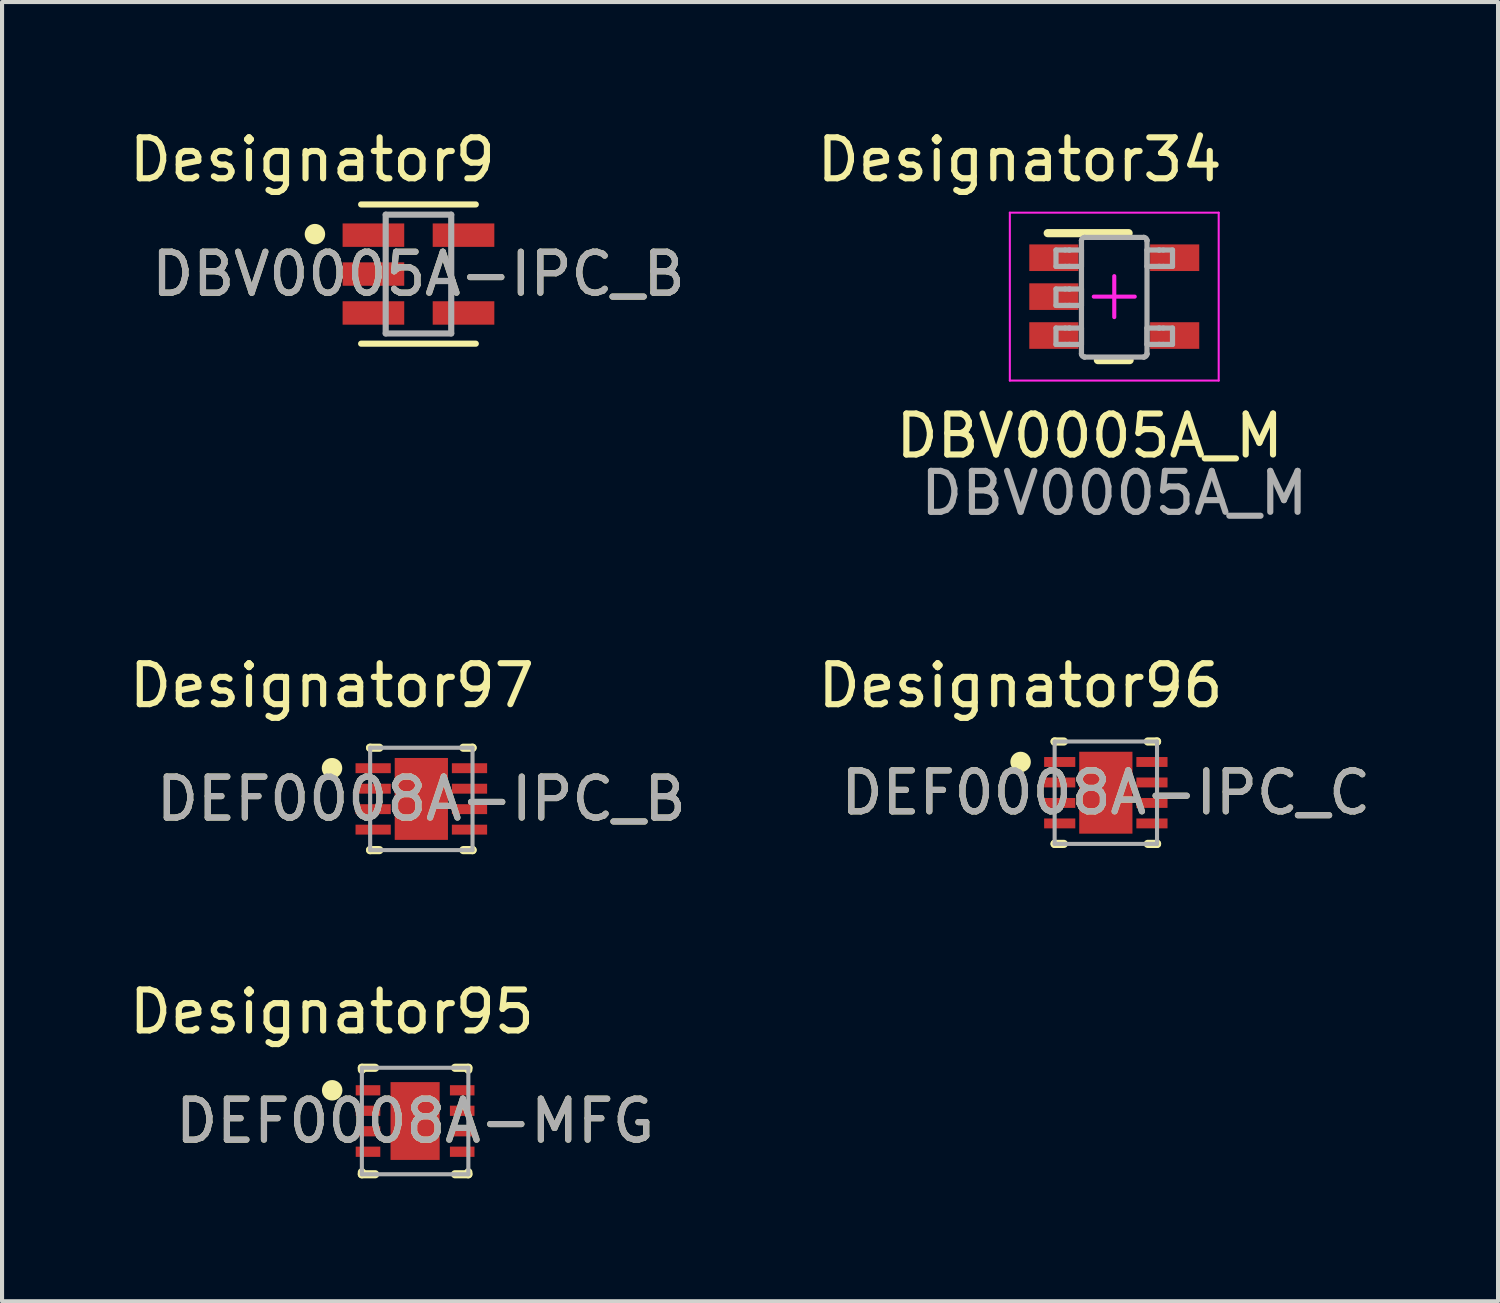
<source format=kicad_pcb>
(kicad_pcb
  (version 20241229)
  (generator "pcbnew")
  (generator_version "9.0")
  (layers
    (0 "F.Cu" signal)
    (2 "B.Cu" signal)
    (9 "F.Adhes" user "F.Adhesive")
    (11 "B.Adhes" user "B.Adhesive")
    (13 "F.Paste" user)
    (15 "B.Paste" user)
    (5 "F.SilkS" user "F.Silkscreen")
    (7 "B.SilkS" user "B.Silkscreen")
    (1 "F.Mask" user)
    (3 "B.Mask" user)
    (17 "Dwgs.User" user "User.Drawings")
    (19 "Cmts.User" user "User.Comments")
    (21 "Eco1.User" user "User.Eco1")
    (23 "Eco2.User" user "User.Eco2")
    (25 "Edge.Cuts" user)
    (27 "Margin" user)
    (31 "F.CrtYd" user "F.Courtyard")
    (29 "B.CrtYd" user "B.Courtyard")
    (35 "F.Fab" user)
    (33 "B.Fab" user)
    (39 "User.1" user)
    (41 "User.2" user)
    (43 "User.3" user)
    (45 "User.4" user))
  (footprint "DEF0008A-MFG"
    (layer "F.Cu")
    (at 7.086 24.323)
    (property "Reference" "DEF0008A-MFG" (at 0 0 0) (unlocked yes) (layer "F.SilkS") (effects (font (size 1 1) (thickness 0.15))))
    (attr smd)
    (fp_line (start -1.3 -1.3) (end -0.975 -1.3) (stroke (width 0.2) (type solid)) (layer "F.SilkS"))
    (fp_line (start -1.3 -1.25) (end -1.3 -1.3) (stroke (width 0.2) (type solid)) (layer "F.SilkS"))
    (fp_line (start -1.3 1.3) (end -1.3 1.25) (stroke (width 0.2) (type solid)) (layer "F.SilkS"))
    (fp_line (start -1.3 1.3) (end -0.975 1.3) (stroke (width 0.2) (type solid)) (layer "F.SilkS"))
    (fp_line (start 0.975 -1.3) (end 1.3 -1.3) (stroke (width 0.2) (type solid)) (layer "F.SilkS"))
    (fp_line (start 0.975 1.3) (end 1.3 1.3) (stroke (width 0.2) (type solid)) (layer "F.SilkS"))
    (fp_line (start 1.3 -1.25) (end 1.3 -1.3) (stroke (width 0.2) (type solid)) (layer "F.SilkS"))
    (fp_line (start 1.3 1.3) (end 1.3 1.25) (stroke (width 0.2) (type solid)) (layer "F.SilkS"))
    (fp_circle (center -2.025 -0.75) (end -1.9 -0.75) (stroke (width 0.25) (type solid)) (fill no) (layer "F.SilkS"))
    (fp_poly (pts (xy -0.515 0.855) (xy -0.565 0.805) (xy -0.565 -0.805) (xy -0.515 -0.855) (xy 0.515 -0.855) (xy 0.565 -0.805) (xy 0.565 0.805) (xy 0.515 0.855)) (stroke (width 0) (type solid)) (fill yes) (layer "F.Paste"))
    (fp_line (start -1.3 -1.3) (end 1.3 -1.3) (stroke (width 0.1) (type solid)) (layer "F.Fab"))
    (fp_line (start -1.3 1.3) (end -1.3 -1.3) (stroke (width 0.1) (type solid)) (layer "F.Fab"))
    (fp_line (start -1.3 1.3) (end 1.3 1.3) (stroke (width 0.1) (type solid)) (layer "F.Fab"))
    (fp_line (start 1.3 1.3) (end 1.3 -1.3) (stroke (width 0.1) (type solid)) (layer "F.Fab"))
    (fp_text user "Designator95" (at -2.032 -2.667 0) (unlocked yes) (layer "F.SilkS") (effects (font (size 1 1) (thickness 0.15))))
    (fp_text user "${REFERENCE}" (at 0 0 0) (unlocked yes) (layer "F.Fab") (effects (font (size 1 1) (thickness 0.15))))
    (pad "1" smd rect (at -1.15 -0.75) (size 0.6 0.25) (layers "F.Cu" "F.Mask" "F.Paste"))
    (pad "2" smd rect (at -1.15 -0.25) (size 0.6 0.25) (layers "F.Cu" "F.Mask" "F.Paste"))
    (pad "3" smd rect (at -1.15 0.25) (size 0.6 0.25) (layers "F.Cu" "F.Mask" "F.Paste"))
    (pad "4" smd rect (at -1.15 0.75) (size 0.6 0.25) (layers "F.Cu" "F.Mask" "F.Paste"))
    (pad "5" smd rect (at 1.15 0.75) (size 0.6 0.25) (layers "F.Cu" "F.Mask" "F.Paste"))
    (pad "6" smd rect (at 1.15 0.25) (size 0.6 0.25) (layers "F.Cu" "F.Mask" "F.Paste"))
    (pad "7" smd rect (at 1.15 -0.25) (size 0.6 0.25) (layers "F.Cu" "F.Mask" "F.Paste"))
    (pad "8" smd rect (at 1.15 -0.75) (size 0.6 0.25) (layers "F.Cu" "F.Mask" "F.Paste"))
    (pad "9" smd rect (at 0 0) (size 1.2 1.9) (layers "F.Cu" "F.Mask")))
  (footprint "DBV0005A-IPC_B"
    (layer "F.Cu")
    (at 7.168 3.642)
    (property "Reference" "DBV0005A-IPC_B" (at 0 0 0) (unlocked yes) (layer "F.SilkS") (effects (font (size 1 1) (thickness 0.15))))
    (attr smd)
    (fp_line (start -1.4 -1.7) (end 1.4 -1.7) (stroke (width 0.15) (type solid)) (layer "F.SilkS"))
    (fp_line (start -1.4 1.7) (end 1.4 1.7) (stroke (width 0.15) (type solid)) (layer "F.SilkS"))
    (fp_circle (center -2.528 -0.975) (end -2.403 -0.975) (stroke (width 0.25) (type solid)) (fill no) (layer "F.SilkS"))
    (fp_line (start -0.8 -1.45) (end 0.8 -1.45) (stroke (width 0.15) (type solid)) (layer "F.Fab"))
    (fp_line (start -0.8 1.45) (end -0.8 -1.45) (stroke (width 0.15) (type solid)) (layer "F.Fab"))
    (fp_line (start -0.8 1.45) (end 0.8 1.45) (stroke (width 0.15) (type solid)) (layer "F.Fab"))
    (fp_line (start 0.8 1.45) (end 0.8 -1.45) (stroke (width 0.15) (type solid)) (layer "F.Fab"))
    (fp_text user "Designator9" (at -2.591 -2.794 0) (unlocked yes) (layer "F.SilkS") (effects (font (size 1 1) (thickness 0.15))))
    (fp_text user "${REFERENCE}" (at 0 0 0) (unlocked yes) (layer "F.Fab") (effects (font (size 1 1) (thickness 0.15))))
    (pad "1" smd rect (at -1.1 -0.95) (size 1.505 0.572) (layers "F.Cu" "F.Mask" "F.Paste"))
    (pad "2" smd rect (at -1.1 0) (size 1.505 0.572) (layers "F.Cu" "F.Mask" "F.Paste"))
    (pad "3" smd rect (at -1.1 0.95) (size 1.505 0.572) (layers "F.Cu" "F.Mask" "F.Paste"))
    (pad "4" smd rect (at 1.1 0.95) (size 1.505 0.572) (layers "F.Cu" "F.Mask" "F.Paste"))
    (pad "5" smd rect (at 1.1 -0.95) (size 1.505 0.572) (layers "F.Cu" "F.Mask" "F.Paste")))
  (footprint "DBV0005A_M"
    (layer "F.Cu")
    (at 24.158 4.193)
    (property "Reference" "DBV0005A_M" (at -0.6 3.4 0) (unlocked yes) (layer "F.SilkS") (effects (font (size 1 1) (thickness 0.15))))
    (attr smd)
    (fp_line (start -1.625 -1.55) (end 0.35 -1.55) (stroke (width 0.2) (type solid)) (layer "F.SilkS"))
    (fp_line (start -0.4 1.55) (end 0.375 1.55) (stroke (width 0.2) (type solid)) (layer "F.SilkS"))
    (fp_line (start -2.55 -2.05) (end 2.55 -2.05) (stroke (width 0.05) (type solid)) (layer "F.CrtYd"))
    (fp_line (start -2.55 2.05) (end -2.55 -2.05) (stroke (width 0.05) (type solid)) (layer "F.CrtYd"))
    (fp_line (start -2.55 2.05) (end 2.55 2.05) (stroke (width 0.05) (type solid)) (layer "F.CrtYd"))
    (fp_line (start -0.5 0) (end 0.5 0) (stroke (width 0.1) (type solid)) (layer "F.CrtYd"))
    (fp_line (start 0 0.5) (end 0 -0.5) (stroke (width 0.1) (type solid)) (layer "F.CrtYd"))
    (fp_line (start 2.55 2.05) (end 2.55 -2.05) (stroke (width 0.05) (type solid)) (layer "F.CrtYd"))
    (fp_line (start -1.423 -1.138) (end -1.199 -1.138) (stroke (width 0.127) (type solid)) (layer "F.Fab"))
    (fp_line (start -1.423 -0.738) (end -1.423 -1.138) (stroke (width 0.127) (type solid)) (layer "F.Fab"))
    (fp_line (start -1.423 -0.738) (end -1.199 -0.738) (stroke (width 0.127) (type solid)) (layer "F.Fab"))
    (fp_line (start -1.423 -0.186) (end -1.199 -0.186) (stroke (width 0.127) (type solid)) (layer "F.Fab"))
    (fp_line (start -1.423 0.215) (end -1.423 -0.186) (stroke (width 0.127) (type solid)) (layer "F.Fab"))
    (fp_line (start -1.423 0.215) (end -1.199 0.215) (stroke (width 0.127) (type solid)) (layer "F.Fab"))
    (fp_line (start -1.423 0.767) (end -1.199 0.767) (stroke (width 0.127) (type solid)) (layer "F.Fab"))
    (fp_line (start -1.423 1.167) (end -1.423 0.767) (stroke (width 0.127) (type solid)) (layer "F.Fab"))
    (fp_line (start -1.423 1.167) (end -1.199 1.167) (stroke (width 0.127) (type solid)) (layer "F.Fab"))
    (fp_line (start -1.199 -1.138) (end -1.105 -1.138) (stroke (width 0.127) (type solid)) (layer "F.Fab"))
    (fp_line (start -1.199 -0.738) (end -1.105 -0.738) (stroke (width 0.127) (type solid)) (layer "F.Fab"))
    (fp_line (start -1.199 -0.186) (end -1.105 -0.186) (stroke (width 0.127) (type solid)) (layer "F.Fab"))
    (fp_line (start -1.199 0.215) (end -1.105 0.215) (stroke (width 0.127) (type solid)) (layer "F.Fab"))
    (fp_line (start -1.199 0.767) (end -1.105 0.767) (stroke (width 0.127) (type solid)) (layer "F.Fab"))
    (fp_line (start -1.199 1.167) (end -1.105 1.167) (stroke (width 0.127) (type solid)) (layer "F.Fab"))
    (fp_line (start -1.105 -1.138) (end -1.088 -1.138) (stroke (width 0.127) (type solid)) (layer "F.Fab"))
    (fp_line (start -1.105 -0.738) (end -1.088 -0.738) (stroke (width 0.127) (type solid)) (layer "F.Fab"))
    (fp_line (start -1.105 -0.186) (end -1.088 -0.186) (stroke (width 0.127) (type solid)) (layer "F.Fab"))
    (fp_line (start -1.105 0.215) (end -1.088 0.215) (stroke (width 0.127) (type solid)) (layer "F.Fab"))
    (fp_line (start -1.105 0.767) (end -1.088 0.767) (stroke (width 0.127) (type solid)) (layer "F.Fab"))
    (fp_line (start -1.105 1.167) (end -1.088 1.167) (stroke (width 0.127) (type solid)) (layer "F.Fab"))
    (fp_line (start -1.088 -1.138) (end -0.835 -1.138) (stroke (width 0.127) (type solid)) (layer "F.Fab"))
    (fp_line (start -1.088 -0.738) (end -0.835 -0.738) (stroke (width 0.127) (type solid)) (layer "F.Fab"))
    (fp_line (start -1.088 -0.186) (end -0.835 -0.186) (stroke (width 0.127) (type solid)) (layer "F.Fab"))
    (fp_line (start -1.088 0.215) (end -0.835 0.215) (stroke (width 0.127) (type solid)) (layer "F.Fab"))
    (fp_line (start -1.088 0.767) (end -0.835 0.767) (stroke (width 0.127) (type solid)) (layer "F.Fab"))
    (fp_line (start -1.088 1.167) (end -0.835 1.167) (stroke (width 0.127) (type solid)) (layer "F.Fab"))
    (fp_line (start -0.835 -1.138) (end -0.801 -1.138) (stroke (width 0.127) (type solid)) (layer "F.Fab"))
    (fp_line (start -0.835 -0.738) (end -0.801 -0.738) (stroke (width 0.127) (type solid)) (layer "F.Fab"))
    (fp_line (start -0.835 -0.186) (end -0.801 -0.186) (stroke (width 0.127) (type solid)) (layer "F.Fab"))
    (fp_line (start -0.835 0.215) (end -0.801 0.215) (stroke (width 0.127) (type solid)) (layer "F.Fab"))
    (fp_line (start -0.835 0.767) (end -0.801 0.767) (stroke (width 0.127) (type solid)) (layer "F.Fab"))
    (fp_line (start -0.835 1.167) (end -0.801 1.167) (stroke (width 0.127) (type solid)) (layer "F.Fab"))
    (fp_line (start -0.801 -1.37) (end -0.801 -1.371) (stroke (width 0.127) (type solid)) (layer "F.Fab"))
    (fp_line (start -0.801 -0.738) (end -0.801 -1.138) (stroke (width 0.127) (type solid)) (layer "F.Fab"))
    (fp_line (start -0.801 0.215) (end -0.801 -0.186) (stroke (width 0.127) (type solid)) (layer "F.Fab"))
    (fp_line (start -0.801 1.167) (end -0.801 0.767) (stroke (width 0.127) (type solid)) (layer "F.Fab"))
    (fp_line (start -0.801 1.399) (end -0.801 -1.37) (stroke (width 0.127) (type solid)) (layer "F.Fab"))
    (fp_line (start -0.801 1.4) (end -0.801 1.399) (stroke (width 0.127) (type solid)) (layer "F.Fab"))
    (fp_line (start -0.725 -1.446) (end -0.725 -1.446) (stroke (width 0.127) (type solid)) (layer "F.Fab"))
    (fp_line (start -0.725 1.475) (end -0.725 1.475) (stroke (width 0.127) (type solid)) (layer "F.Fab"))
    (fp_line (start -0.725 -1.446) (end 0.723 -1.446) (stroke (width 0.127) (type solid)) (layer "F.Fab"))
    (fp_line (start -0.725 1.475) (end 0.723 1.475) (stroke (width 0.127) (type solid)) (layer "F.Fab"))
    (fp_line (start 0.723 -1.446) (end 0.724 -1.446) (stroke (width 0.127) (type solid)) (layer "F.Fab"))
    (fp_line (start 0.723 1.475) (end 0.724 1.475) (stroke (width 0.127) (type solid)) (layer "F.Fab"))
    (fp_line (start 0.799 -1.37) (end 0.799 -1.371) (stroke (width 0.127) (type solid)) (layer "F.Fab"))
    (fp_line (start 0.799 -1.138) (end 0.834 -1.138) (stroke (width 0.127) (type solid)) (layer "F.Fab"))
    (fp_line (start 0.799 -0.738) (end 0.799 -1.138) (stroke (width 0.127) (type solid)) (layer "F.Fab"))
    (fp_line (start 0.799 -0.738) (end 0.834 -0.738) (stroke (width 0.127) (type solid)) (layer "F.Fab"))
    (fp_line (start 0.799 0.767) (end 0.834 0.767) (stroke (width 0.127) (type solid)) (layer "F.Fab"))
    (fp_line (start 0.799 1.167) (end 0.799 0.767) (stroke (width 0.127) (type solid)) (layer "F.Fab"))
    (fp_line (start 0.799 1.167) (end 0.834 1.167) (stroke (width 0.127) (type solid)) (layer "F.Fab"))
    (fp_line (start 0.799 1.399) (end 0.799 -1.37) (stroke (width 0.127) (type solid)) (layer "F.Fab"))
    (fp_line (start 0.799 1.4) (end 0.799 1.399) (stroke (width 0.127) (type solid)) (layer "F.Fab"))
    (fp_line (start 0.834 -1.138) (end 1.087 -1.138) (stroke (width 0.127) (type solid)) (layer "F.Fab"))
    (fp_line (start 0.834 -0.738) (end 1.087 -0.738) (stroke (width 0.127) (type solid)) (layer "F.Fab"))
    (fp_line (start 0.834 0.767) (end 1.087 0.767) (stroke (width 0.127) (type solid)) (layer "F.Fab"))
    (fp_line (start 0.834 1.167) (end 1.087 1.167) (stroke (width 0.127) (type solid)) (layer "F.Fab"))
    (fp_line (start 1.087 -1.138) (end 1.103 -1.138) (stroke (width 0.127) (type solid)) (layer "F.Fab"))
    (fp_line (start 1.087 -0.738) (end 1.103 -0.738) (stroke (width 0.127) (type solid)) (layer "F.Fab"))
    (fp_line (start 1.087 0.767) (end 1.103 0.767) (stroke (width 0.127) (type solid)) (layer "F.Fab"))
    (fp_line (start 1.087 1.167) (end 1.103 1.167) (stroke (width 0.127) (type solid)) (layer "F.Fab"))
    (fp_line (start 1.103 -1.138) (end 1.198 -1.138) (stroke (width 0.127) (type solid)) (layer "F.Fab"))
    (fp_line (start 1.103 -0.738) (end 1.198 -0.738) (stroke (width 0.127) (type solid)) (layer "F.Fab"))
    (fp_line (start 1.103 0.767) (end 1.198 0.767) (stroke (width 0.127) (type solid)) (layer "F.Fab"))
    (fp_line (start 1.103 1.167) (end 1.198 1.167) (stroke (width 0.127) (type solid)) (layer "F.Fab"))
    (fp_line (start 1.198 -1.138) (end 1.422 -1.138) (stroke (width 0.127) (type solid)) (layer "F.Fab"))
    (fp_line (start 1.198 -0.738) (end 1.422 -0.738) (stroke (width 0.127) (type solid)) (layer "F.Fab"))
    (fp_line (start 1.198 0.767) (end 1.422 0.767) (stroke (width 0.127) (type solid)) (layer "F.Fab"))
    (fp_line (start 1.198 1.167) (end 1.422 1.167) (stroke (width 0.127) (type solid)) (layer "F.Fab"))
    (fp_line (start 1.422 -0.738) (end 1.422 -1.138) (stroke (width 0.127) (type solid)) (layer "F.Fab"))
    (fp_line (start 1.422 1.167) (end 1.422 0.767) (stroke (width 0.127) (type solid)) (layer "F.Fab"))
    (fp_arc (start -0.80074 -1.37084) (mid -0.778218 -1.423887) (end -0.724999 -1.445998) (stroke (width 0.127) (type solid)) (layer "F.Fab"))
    (fp_arc (start -0.724999 1.475) (mid -0.778213 1.452901) (end -0.80074 1.399867) (stroke (width 0.127) (type solid)) (layer "F.Fab"))
    (fp_arc (start 0.723714 -1.445998) (mid 0.776933 -1.423887) (end 0.799455 -1.37084) (stroke (width 0.127) (type solid)) (layer "F.Fab"))
    (fp_arc (start 0.799455 1.399868) (mid 0.776927 1.452901) (end 0.723713 1.475) (stroke (width 0.127) (type solid)) (layer "F.Fab"))
    (fp_text user "Designator34" (at -2.311 -3.345 0) (unlocked yes) (layer "F.SilkS") (effects (font (size 1 1) (thickness 0.15))))
    (fp_text user "${REFERENCE}" (at 0 4.8 0) (unlocked yes) (layer "F.Fab") (effects (font (size 1 1) (thickness 0.15))))
    (pad "1" smd rect (at -1.475 -0.95 90) (size 0.65 1.2) (layers "F.Cu" "F.Mask" "F.Paste"))
    (pad "2" smd rect (at -1.475 0 90) (size 0.65 1.2) (layers "F.Cu" "F.Mask" "F.Paste"))
    (pad "3" smd rect (at -1.475 0.95 90) (size 0.65 1.2) (layers "F.Cu" "F.Mask" "F.Paste"))
    (pad "4" smd rect (at 1.475 0.95 90) (size 0.65 1.2) (layers "F.Cu" "F.Mask" "F.Paste"))
    (pad "5" smd rect (at 1.475 -0.95 90) (size 0.65 1.2) (layers "F.Cu" "F.Mask" "F.Paste")))
  (footprint "DEF0008A-IPC_B"
    (layer "F.Cu")
    (at 7.238 16.458)
    (property "Reference" "DEF0008A-IPC_B" (at 0 0 0) (unlocked yes) (layer "F.SilkS") (effects (font (size 1 1) (thickness 0.15))))
    (attr smd)
    (fp_line (start -1.25 -1.25) (end -1.025 -1.25) (stroke (width 0.2) (type solid)) (layer "F.SilkS"))
    (fp_line (start -1.25 -1.246) (end -1.25 -1.25) (stroke (width 0.2) (type solid)) (layer "F.SilkS"))
    (fp_line (start -1.25 1.25) (end -1.25 1.246) (stroke (width 0.2) (type solid)) (layer "F.SilkS"))
    (fp_line (start -1.25 1.25) (end -1.025 1.25) (stroke (width 0.2) (type solid)) (layer "F.SilkS"))
    (fp_line (start 1.025 -1.25) (end 1.25 -1.25) (stroke (width 0.2) (type solid)) (layer "F.SilkS"))
    (fp_line (start 1.025 1.25) (end 1.25 1.25) (stroke (width 0.2) (type solid)) (layer "F.SilkS"))
    (fp_line (start 1.25 -1.246) (end 1.25 -1.25) (stroke (width 0.2) (type solid)) (layer "F.SilkS"))
    (fp_line (start 1.25 1.25) (end 1.25 1.246) (stroke (width 0.2) (type solid)) (layer "F.SilkS"))
    (fp_circle (center -2.181 -0.75) (end -2.056 -0.75) (stroke (width 0.25) (type solid)) (fill no) (layer "F.SilkS"))
    (fp_poly (pts (xy -0.364 0.714) (xy 0.364 0.714) (xy 0.364 -0.714) (xy -0.364 -0.714)) (stroke (width 0) (type solid)) (fill yes) (layer "F.Paste"))
    (fp_line (start -1.25 -1.25) (end 1.25 -1.25) (stroke (width 0.1) (type solid)) (layer "F.Fab"))
    (fp_line (start -1.25 1.25) (end -1.25 -1.25) (stroke (width 0.1) (type solid)) (layer "F.Fab"))
    (fp_line (start -1.25 1.25) (end 1.25 1.25) (stroke (width 0.1) (type solid)) (layer "F.Fab"))
    (fp_line (start 1.25 1.25) (end 1.25 -1.25) (stroke (width 0.1) (type solid)) (layer "F.Fab"))
    (fp_text user "Designator97" (at -2.184 -2.769 0) (unlocked yes) (layer "F.SilkS") (effects (font (size 1 1) (thickness 0.15))))
    (fp_text user "${REFERENCE}" (at 0 0 0) (unlocked yes) (layer "F.Fab") (effects (font (size 1 1) (thickness 0.15))))
    (pad "1" smd rect (at -1.176 -0.75) (size 0.861 0.242) (layers "F.Cu" "F.Mask" "F.Paste"))
    (pad "2" smd rect (at -1.176 -0.25) (size 0.861 0.242) (layers "F.Cu" "F.Mask" "F.Paste"))
    (pad "3" smd rect (at -1.176 0.25) (size 0.861 0.242) (layers "F.Cu" "F.Mask" "F.Paste"))
    (pad "4" smd rect (at -1.176 0.75) (size 0.861 0.242) (layers "F.Cu" "F.Mask" "F.Paste"))
    (pad "5" smd rect (at 1.176 0.75) (size 0.861 0.242) (layers "F.Cu" "F.Mask" "F.Paste"))
    (pad "6" smd rect (at 1.176 0.25) (size 0.861 0.242) (layers "F.Cu" "F.Mask" "F.Paste"))
    (pad "7" smd rect (at 1.176 -0.25) (size 0.861 0.242) (layers "F.Cu" "F.Mask" "F.Paste"))
    (pad "8" smd rect (at 1.176 -0.75) (size 0.861 0.242) (layers "F.Cu" "F.Mask" "F.Paste"))
    (pad "9" smd rect (at 0 0) (size 1.3 2) (layers "F.Cu" "F.Mask")))
  (footprint "DEF0008A-IPC_C"
    (layer "F.Cu")
    (at 23.952 16.306)
    (property "Reference" "DEF0008A-IPC_C" (at 0 0 0) (unlocked yes) (layer "F.SilkS") (effects (font (size 1 1) (thickness 0.15))))
    (attr smd)
    (fp_line (start -1.25 -1.25) (end -1.025 -1.25) (stroke (width 0.2) (type solid)) (layer "F.SilkS"))
    (fp_line (start -1.25 -1.246) (end -1.25 -1.25) (stroke (width 0.2) (type solid)) (layer "F.SilkS"))
    (fp_line (start -1.25 1.25) (end -1.25 1.246) (stroke (width 0.2) (type solid)) (layer "F.SilkS"))
    (fp_line (start -1.25 1.25) (end -1.025 1.25) (stroke (width 0.2) (type solid)) (layer "F.SilkS"))
    (fp_line (start 1.025 -1.25) (end 1.25 -1.25) (stroke (width 0.2) (type solid)) (layer "F.SilkS"))
    (fp_line (start 1.025 1.25) (end 1.25 1.25) (stroke (width 0.2) (type solid)) (layer "F.SilkS"))
    (fp_line (start 1.25 -1.246) (end 1.25 -1.25) (stroke (width 0.2) (type solid)) (layer "F.SilkS"))
    (fp_line (start 1.25 1.25) (end 1.25 1.246) (stroke (width 0.2) (type solid)) (layer "F.SilkS"))
    (fp_circle (center -2.081 -0.75) (end -1.956 -0.75) (stroke (width 0.25) (type solid)) (fill no) (layer "F.SilkS"))
    (fp_poly (pts (xy -0.364 0.714) (xy 0.364 0.714) (xy 0.364 -0.714) (xy -0.364 -0.714)) (stroke (width 0) (type solid)) (fill yes) (layer "F.Paste"))
    (fp_line (start -1.25 -1.25) (end 1.25 -1.25) (stroke (width 0.1) (type solid)) (layer "F.Fab"))
    (fp_line (start -1.25 1.25) (end -1.25 -1.25) (stroke (width 0.1) (type solid)) (layer "F.Fab"))
    (fp_line (start -1.25 1.25) (end 1.25 1.25) (stroke (width 0.1) (type solid)) (layer "F.Fab"))
    (fp_line (start 1.25 1.25) (end 1.25 -1.25) (stroke (width 0.1) (type solid)) (layer "F.Fab"))
    (fp_text user "Designator96" (at -2.083 -2.616 0) (unlocked yes) (layer "F.SilkS") (effects (font (size 1 1) (thickness 0.15))))
    (fp_text user "${REFERENCE}" (at 0 0 0) (unlocked yes) (layer "F.Fab") (effects (font (size 1 1) (thickness 0.15))))
    (pad "1" smd rect (at -1.126 -0.75) (size 0.761 0.242) (layers "F.Cu" "F.Mask" "F.Paste"))
    (pad "2" smd rect (at -1.126 -0.25) (size 0.761 0.242) (layers "F.Cu" "F.Mask" "F.Paste"))
    (pad "3" smd rect (at -1.126 0.25) (size 0.761 0.242) (layers "F.Cu" "F.Mask" "F.Paste"))
    (pad "4" smd rect (at -1.126 0.75) (size 0.761 0.242) (layers "F.Cu" "F.Mask" "F.Paste"))
    (pad "5" smd rect (at 1.126 0.75) (size 0.761 0.242) (layers "F.Cu" "F.Mask" "F.Paste"))
    (pad "6" smd rect (at 1.126 0.25) (size 0.761 0.242) (layers "F.Cu" "F.Mask" "F.Paste"))
    (pad "7" smd rect (at 1.126 -0.25) (size 0.761 0.242) (layers "F.Cu" "F.Mask" "F.Paste"))
    (pad "8" smd rect (at 1.126 -0.75) (size 0.761 0.242) (layers "F.Cu" "F.Mask" "F.Paste"))
    (pad "9" smd rect (at 0 0) (size 1.3 2) (layers "F.Cu" "F.Mask")))
  (gr_rect
    (start -3 -3)
    (end 33.529 28.723)
    (stroke (width 0.1) (type default))
    (fill no)
    (layer "Edge.Cuts")))
</source>
